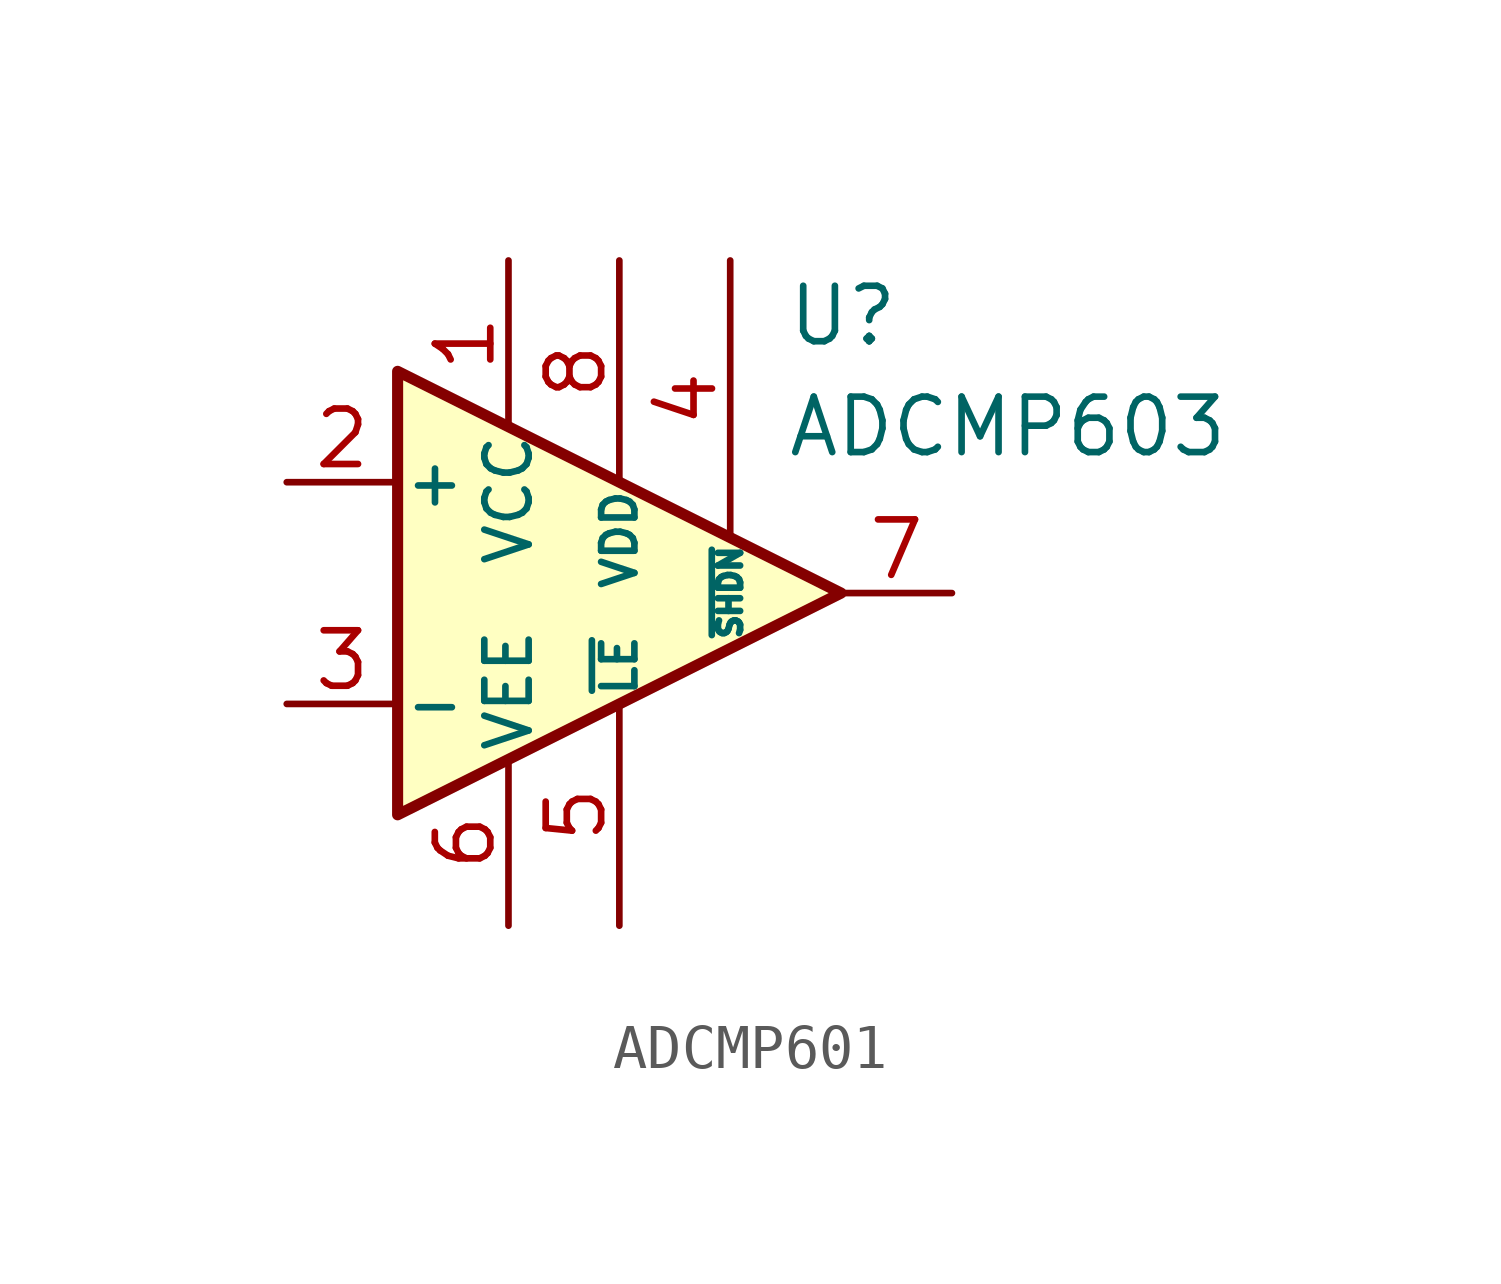
<source format=kicad_sym>
(kicad_symbol_lib
  (version 20240819)
  (generator "kicad_symbol_editor")
  (generator_version "8.99")
  (symbol "ADCMP601"
    (pin_names
      (offset 0.127))
    (property "Reference" "U"
      (at 3.81 6.35 0)
      (effects (font (size 1.27 1.27)) (justify left)))
    (property "Value" "ADCMP603"
      (at 3.81 3.81 0)
      (effects (font (size 1.27 1.27)) (justify left)))
    (symbol "ADCMP601_1_1"
      (polyline (pts (xy -5.08 5.08) (xy 5.08 0) (xy -5.08 -5.08) (xy -5.08 5.08)) (stroke (width 0.254) (type default)) (fill (type background)))
      (pin input line (at -7.62 2.54 0) (length 2.54) (name "+" (effects (font (size 1.016 1.016)))) (number "2" (effects (font (size 1.27 1.27)))))
      (pin input line (at -7.62 -2.54 0) (length 2.54) (name "-" (effects (font (size 1.016 1.016)))) (number "3" (effects (font (size 1.27 1.27)))))
      (pin power_in line (at -2.54 7.62 270) (length 3.81) (name "VCC" (effects (font (size 1.016 1.016)))) (number "1" (effects (font (size 1.27 1.27)))))
      (pin power_in line (at -2.54 -7.62 90) (length 3.81) (name "VEE" (effects (font (size 1.016 1.016)))) (number "6" (effects (font (size 1.27 1.27)))))
      (pin power_in line (at 0 7.62 270) (length 5.08) (name "VDD" (effects (font (size 0.762 0.762)))) (number "8" (effects (font (size 1.27 1.27)))))
      (pin no_connect line (at 0 -2.54 90) (length 2.54) hide (name "NC" (effects (font (size 0.508 0.508)))) (number "8" (effects (font (size 1.27 1.27)))))
      (pin input line (at 0 -7.62 90) (length 5.08) (name "~{LE}" (effects (font (size 0.762 0.762)))) (number "5" (effects (font (size 1.27 1.27)))))
      (pin input line (at 2.54 7.62 270) (length 6.35) (name "~{SHDN}" (effects (font (size 0.508 0.508)))) (number "4" (effects (font (size 1.27 1.27)))))
      (pin output line (at 7.62 0 180) (length 2.54) (name "~" (effects (font (size 1.27 1.27)))) (number "7" (effects (font (size 1.27 1.27))))))))
</source>
